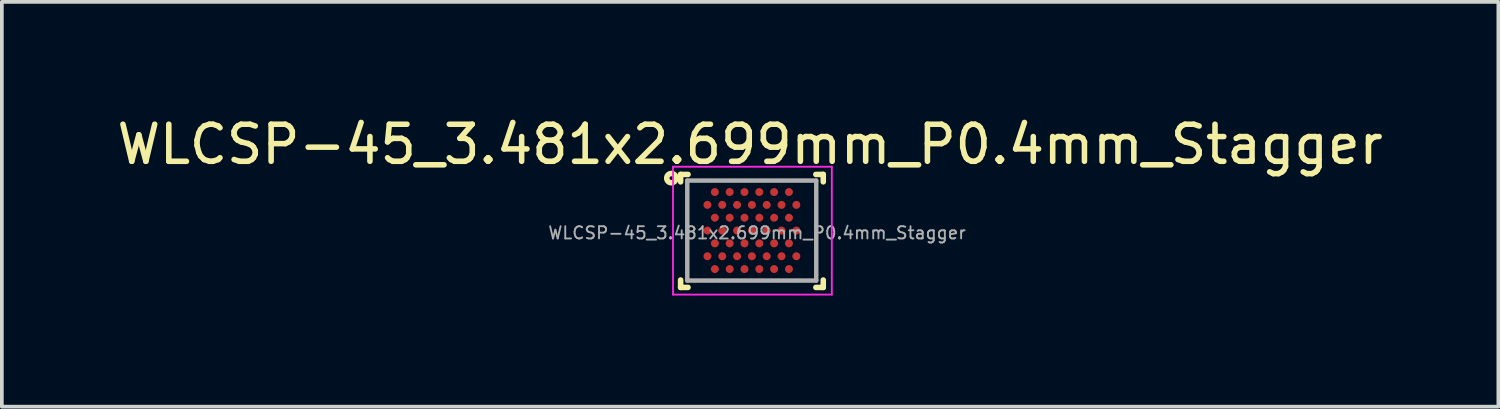
<source format=kicad_pcb>
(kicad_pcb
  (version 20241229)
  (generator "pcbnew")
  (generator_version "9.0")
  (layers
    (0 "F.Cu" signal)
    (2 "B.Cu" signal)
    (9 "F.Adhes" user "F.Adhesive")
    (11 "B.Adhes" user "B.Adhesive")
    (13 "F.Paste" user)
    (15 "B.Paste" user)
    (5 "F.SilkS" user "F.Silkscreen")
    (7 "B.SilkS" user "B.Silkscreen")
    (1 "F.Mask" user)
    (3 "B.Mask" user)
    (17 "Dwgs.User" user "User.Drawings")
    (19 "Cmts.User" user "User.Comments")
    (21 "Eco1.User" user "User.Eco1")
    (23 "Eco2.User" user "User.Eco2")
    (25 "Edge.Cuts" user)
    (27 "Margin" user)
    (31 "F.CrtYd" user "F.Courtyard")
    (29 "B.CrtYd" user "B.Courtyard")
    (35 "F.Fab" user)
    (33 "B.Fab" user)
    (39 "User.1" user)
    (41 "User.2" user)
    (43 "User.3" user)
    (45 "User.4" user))
  (footprint "WLCSP-45_3.481x2.699mm_P0.4mm_Stagger"
    (layer "F.Cu")
    (at 17.221 3.158)
    (property "Reference" "WLCSP-45_3.481x2.699mm_P0.4mm_Stagger" (at -0.024 -2.31 0) (layer "F.SilkS") (effects (font (size 1 1) (thickness 0.15))))
    (attr smd)
    (fp_line (start -1.9 -1.5) (end -1.9 -1.3) (stroke (width 0.15) (type solid)) (layer "F.SilkS"))
    (fp_line (start -1.9 -1.5) (end -1.7 -1.5) (stroke (width 0.15) (type solid)) (layer "F.SilkS"))
    (fp_line (start -1.9 1.55) (end -1.9 1.35) (stroke (width 0.15) (type solid)) (layer "F.SilkS"))
    (fp_line (start -1.9 1.55) (end -1.7 1.55) (stroke (width 0.15) (type solid)) (layer "F.SilkS"))
    (fp_line (start 1.95 -1.5) (end 1.75 -1.5) (stroke (width 0.15) (type solid)) (layer "F.SilkS"))
    (fp_line (start 1.95 -1.5) (end 1.95 -1.3) (stroke (width 0.15) (type solid)) (layer "F.SilkS"))
    (fp_line (start 1.95 1.55) (end 1.75 1.55) (stroke (width 0.15) (type solid)) (layer "F.SilkS"))
    (fp_line (start 1.95 1.55) (end 1.95 1.35) (stroke (width 0.15) (type solid)) (layer "F.SilkS"))
    (fp_circle (center -2.15 -1.4) (end -2.1 -1.4) (stroke (width 0.15) (type solid)) (fill no) (layer "F.SilkS"))
    (fp_line (start -2.105 -1.708) (end -2.105 1.744) (stroke (width 0.05) (type solid)) (layer "F.CrtYd"))
    (fp_line (start -2.105 1.744) (end 2.181 1.744) (stroke (width 0.05) (type solid)) (layer "F.CrtYd"))
    (fp_line (start 2.181 -1.708) (end -2.105 -1.708) (stroke (width 0.05) (type solid)) (layer "F.CrtYd"))
    (fp_line (start 2.181 1.744) (end 2.181 -1.708) (stroke (width 0.05) (type solid)) (layer "F.CrtYd"))
    (fp_line (start -1.72 -1.334) (end -1.72 1.365) (stroke (width 0.12) (type solid)) (layer "F.Fab"))
    (fp_line (start -1.72 -1.334) (end 1.761 -1.334) (stroke (width 0.12) (type solid)) (layer "F.Fab"))
    (fp_line (start -1.72 1.365) (end 1.761 1.365) (stroke (width 0.12) (type solid)) (layer "F.Fab"))
    (fp_line (start 1.761 -1.334) (end 1.761 1.365) (stroke (width 0.12) (type solid)) (layer "F.Fab"))
    (fp_text user "${REFERENCE}" (at 0.164 0.078 0) (layer "F.Fab") (effects (font (size 0.33 0.33) (thickness 0.05))))
    (pad "A2" smd circle (at -0.976 -1.025) (size 0.215 0.215) (layers "F.Cu" "F.Mask" "F.Paste"))
    (pad "A4" smd circle (at -0.576 -1.025) (size 0.215 0.215) (layers "F.Cu" "F.Mask" "F.Paste"))
    (pad "A6" smd circle (at -0.176 -1.025) (size 0.215 0.215) (layers "F.Cu" "F.Mask" "F.Paste"))
    (pad "A8" smd circle (at 0.224 -1.025) (size 0.215 0.215) (layers "F.Cu" "F.Mask" "F.Paste"))
    (pad "A10" smd circle (at 0.624 -1.025) (size 0.215 0.215) (layers "F.Cu" "F.Mask" "F.Paste"))
    (pad "A12" smd circle (at 1.024 -1.025) (size 0.215 0.215) (layers "F.Cu" "F.Mask" "F.Paste"))
    (pad "B1" smd circle (at -1.176 -0.678) (size 0.215 0.215) (layers "F.Cu" "F.Mask" "F.Paste"))
    (pad "B3" smd circle (at -0.776 -0.678) (size 0.215 0.215) (layers "F.Cu" "F.Mask" "F.Paste"))
    (pad "B5" smd circle (at -0.376 -0.678) (size 0.215 0.215) (layers "F.Cu" "F.Mask" "F.Paste"))
    (pad "B7" smd circle (at 0.024 -0.678) (size 0.215 0.215) (layers "F.Cu" "F.Mask" "F.Paste"))
    (pad "B9" smd circle (at 0.424 -0.678) (size 0.215 0.215) (layers "F.Cu" "F.Mask" "F.Paste"))
    (pad "B11" smd circle (at 0.824 -0.678) (size 0.215 0.215) (layers "F.Cu" "F.Mask" "F.Paste"))
    (pad "B13" smd circle (at 1.224 -0.678) (size 0.215 0.215) (layers "F.Cu" "F.Mask" "F.Paste"))
    (pad "C2" smd circle (at -0.976 -0.332) (size 0.215 0.215) (layers "F.Cu" "F.Mask" "F.Paste"))
    (pad "C4" smd circle (at -0.576 -0.332) (size 0.215 0.215) (layers "F.Cu" "F.Mask" "F.Paste"))
    (pad "C6" smd circle (at -0.176 -0.332) (size 0.215 0.215) (layers "F.Cu" "F.Mask" "F.Paste"))
    (pad "C8" smd circle (at 0.224 -0.332) (size 0.215 0.215) (layers "F.Cu" "F.Mask" "F.Paste"))
    (pad "C10" smd circle (at 0.624 -0.332) (size 0.215 0.215) (layers "F.Cu" "F.Mask" "F.Paste"))
    (pad "C12" smd circle (at 1.024 -0.332) (size 0.215 0.215) (layers "F.Cu" "F.Mask" "F.Paste"))
    (pad "D1" smd circle (at -1.176 0.015) (size 0.215 0.215) (layers "F.Cu" "F.Mask" "F.Paste"))
    (pad "D3" smd circle (at -0.776 0.015) (size 0.215 0.215) (layers "F.Cu" "F.Mask" "F.Paste"))
    (pad "D5" smd circle (at -0.376 0.015) (size 0.215 0.215) (layers "F.Cu" "F.Mask" "F.Paste"))
    (pad "D7" smd circle (at 0.024 0.015) (size 0.215 0.215) (layers "F.Cu" "F.Mask" "F.Paste"))
    (pad "D9" smd circle (at 0.424 0.015) (size 0.215 0.215) (layers "F.Cu" "F.Mask" "F.Paste"))
    (pad "D11" smd circle (at 0.824 0.015) (size 0.215 0.215) (layers "F.Cu" "F.Mask" "F.Paste"))
    (pad "D13" smd circle (at 1.224 0.015) (size 0.215 0.215) (layers "F.Cu" "F.Mask" "F.Paste"))
    (pad "E2" smd circle (at -0.976 0.361) (size 0.215 0.215) (layers "F.Cu" "F.Mask" "F.Paste"))
    (pad "E4" smd circle (at -0.576 0.361) (size 0.215 0.215) (layers "F.Cu" "F.Mask" "F.Paste"))
    (pad "E6" smd circle (at -0.176 0.361) (size 0.215 0.215) (layers "F.Cu" "F.Mask" "F.Paste"))
    (pad "E8" smd circle (at 0.224 0.361) (size 0.215 0.215) (layers "F.Cu" "F.Mask" "F.Paste"))
    (pad "E10" smd circle (at 0.624 0.361) (size 0.215 0.215) (layers "F.Cu" "F.Mask" "F.Paste"))
    (pad "E12" smd circle (at 1.024 0.361) (size 0.215 0.215) (layers "F.Cu" "F.Mask" "F.Paste"))
    (pad "F1" smd circle (at -1.176 0.708) (size 0.215 0.215) (layers "F.Cu" "F.Mask" "F.Paste"))
    (pad "F3" smd circle (at -0.776 0.708) (size 0.215 0.215) (layers "F.Cu" "F.Mask" "F.Paste"))
    (pad "F5" smd circle (at -0.376 0.708) (size 0.215 0.215) (layers "F.Cu" "F.Mask" "F.Paste"))
    (pad "F7" smd circle (at 0.024 0.708) (size 0.215 0.215) (layers "F.Cu" "F.Mask" "F.Paste"))
    (pad "F9" smd circle (at 0.424 0.708) (size 0.215 0.215) (layers "F.Cu" "F.Mask" "F.Paste"))
    (pad "F11" smd circle (at 0.824 0.708) (size 0.215 0.215) (layers "F.Cu" "F.Mask" "F.Paste"))
    (pad "F13" smd circle (at 1.224 0.708) (size 0.215 0.215) (layers "F.Cu" "F.Mask" "F.Paste"))
    (pad "G2" smd circle (at -0.976 1.054) (size 0.215 0.215) (layers "F.Cu" "F.Mask" "F.Paste"))
    (pad "G4" smd circle (at -0.576 1.054) (size 0.215 0.215) (layers "F.Cu" "F.Mask" "F.Paste"))
    (pad "G6" smd circle (at -0.176 1.054) (size 0.215 0.215) (layers "F.Cu" "F.Mask" "F.Paste"))
    (pad "G8" smd circle (at 0.224 1.054) (size 0.215 0.215) (layers "F.Cu" "F.Mask" "F.Paste"))
    (pad "G10" smd circle (at 0.624 1.054) (size 0.215 0.215) (layers "F.Cu" "F.Mask" "F.Paste"))
    (pad "G12" smd circle (at 1.024 1.054) (size 0.215 0.215) (layers "F.Cu" "F.Mask" "F.Paste")))
  (gr_rect
    (start -3 -3)
    (end 37.393 7.927)
    (stroke (width 0.1) (type default))
    (fill no)
    (layer "Edge.Cuts")))
</source>
